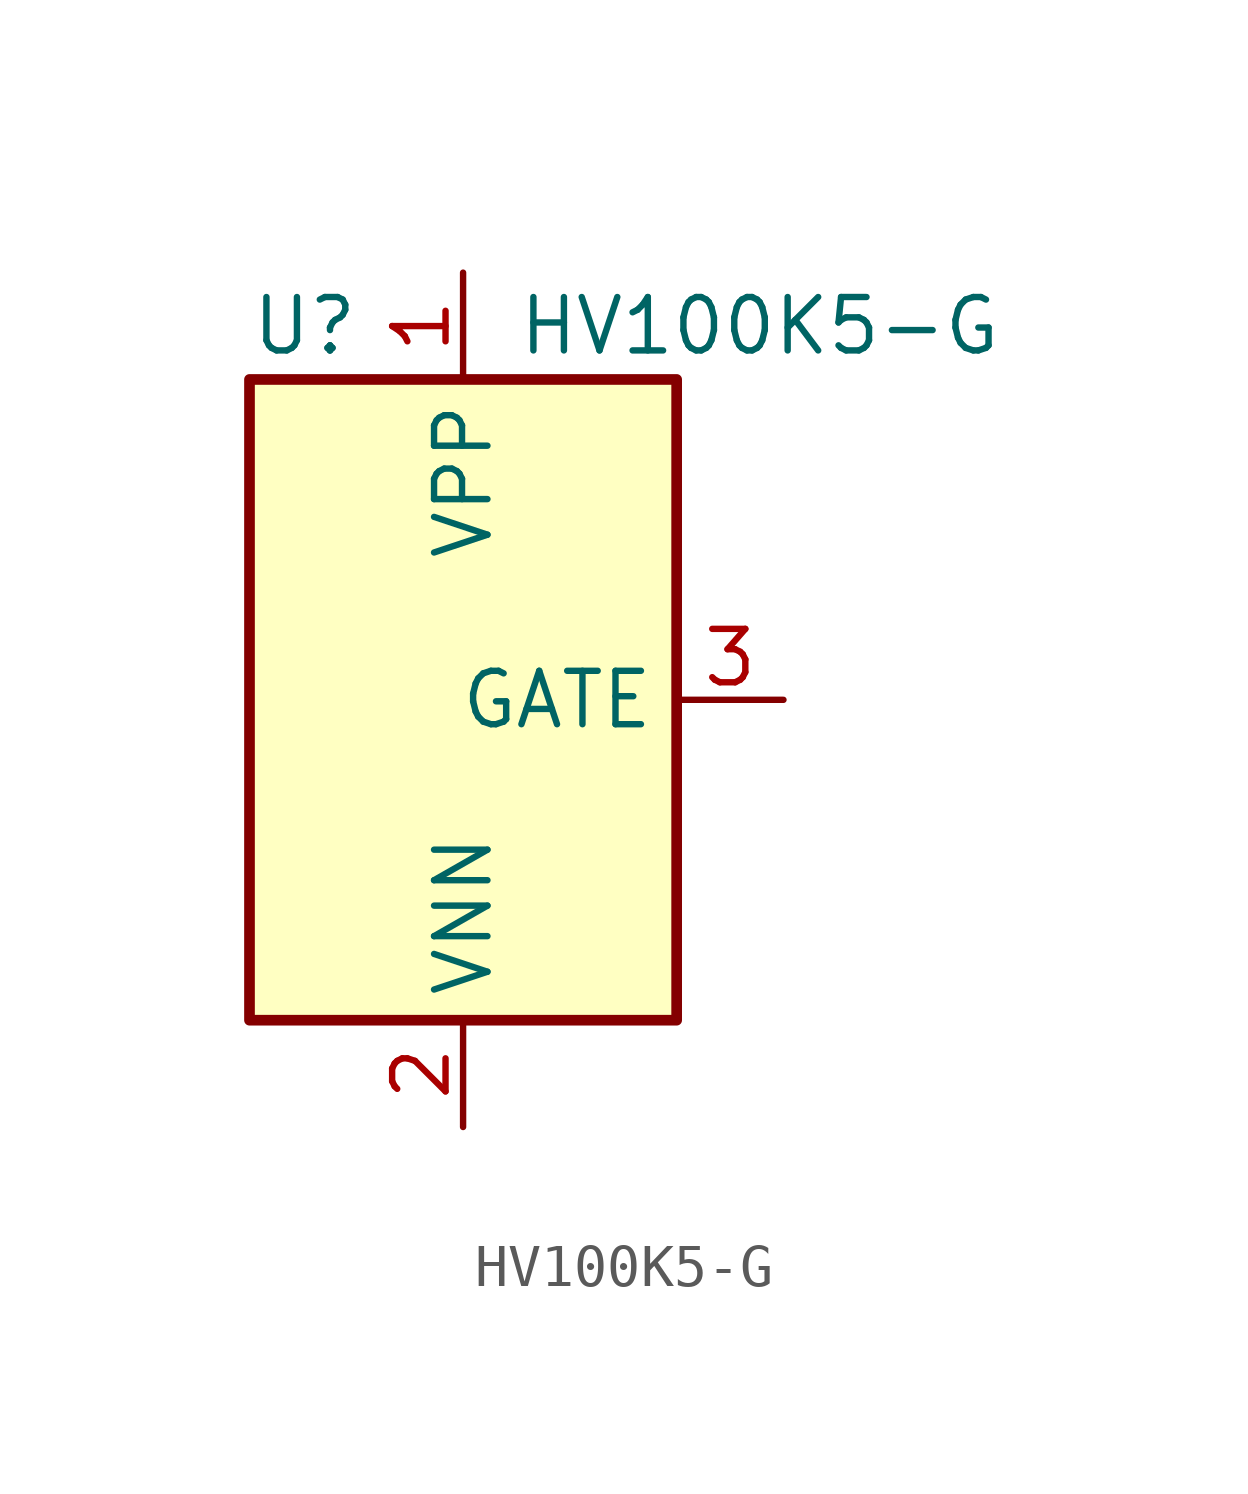
<source format=kicad_sym>
(kicad_symbol_lib
  (version 20211014)
  (generator kicad_symbol_editor)
  (symbol "HV100K5-G"
    (property "Reference" "U"
      (at -5.08 8.89 0)
      (effects (font (size 1.27 1.27)) (justify left)))
    (property "Value" "HV100K5-G"
      (at 1.27 8.89 0)
      (effects (font (size 1.27 1.27)) (justify left)))
    (symbol "HV100K5-G_0_1"
      (rectangle (start -5.08 7.62) (end 5.08 -7.62) (stroke (width 0.254) (type default) (color 0 0 0 0)) (fill (type background))))
    (symbol "HV100K5-G_1_1"
      (pin power_in line (at 0 10.16 270) (length 2.54) (name "VPP" (effects (font (size 1.27 1.27)))) (number "1" (effects (font (size 1.27 1.27)))))
      (pin power_in line (at 0 -10.16 90) (length 2.54) (name "VNN" (effects (font (size 1.27 1.27)))) (number "2" (effects (font (size 1.27 1.27)))))
      (pin output line (at 7.62 0 180) (length 2.54) (name "GATE" (effects (font (size 1.27 1.27)))) (number "3" (effects (font (size 1.27 1.27))))))))
</source>
